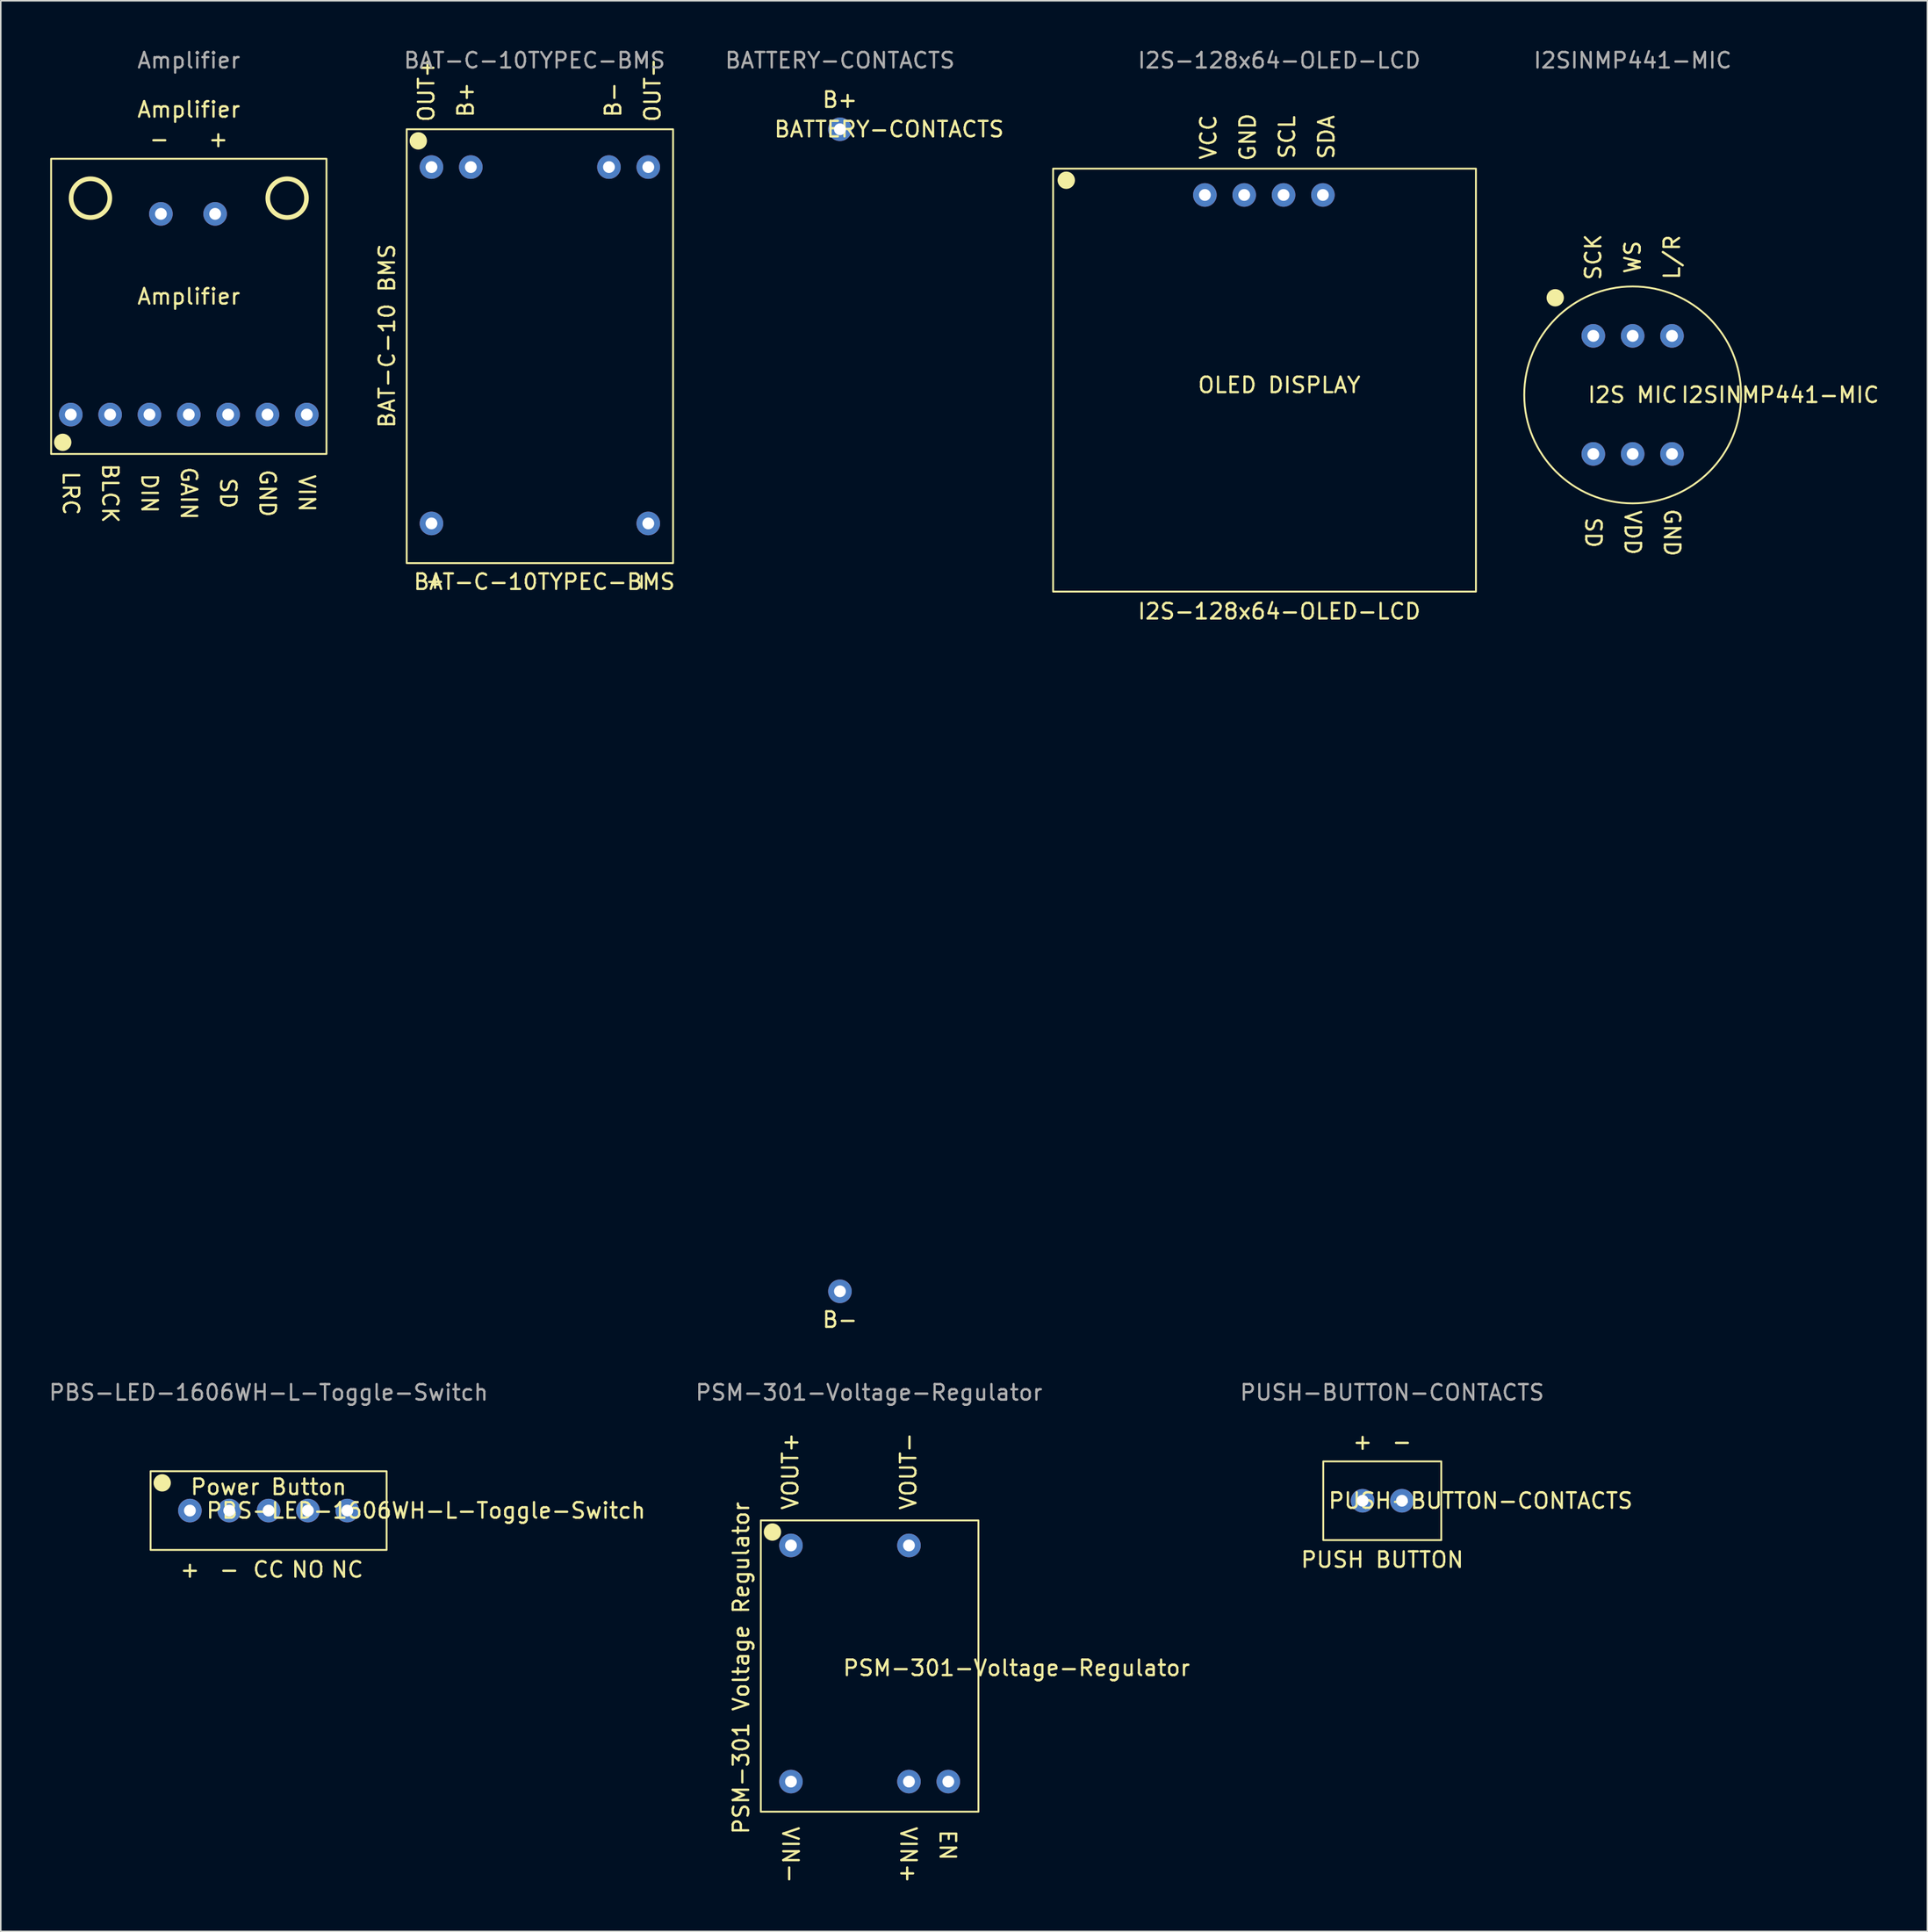
<source format=kicad_pcb>
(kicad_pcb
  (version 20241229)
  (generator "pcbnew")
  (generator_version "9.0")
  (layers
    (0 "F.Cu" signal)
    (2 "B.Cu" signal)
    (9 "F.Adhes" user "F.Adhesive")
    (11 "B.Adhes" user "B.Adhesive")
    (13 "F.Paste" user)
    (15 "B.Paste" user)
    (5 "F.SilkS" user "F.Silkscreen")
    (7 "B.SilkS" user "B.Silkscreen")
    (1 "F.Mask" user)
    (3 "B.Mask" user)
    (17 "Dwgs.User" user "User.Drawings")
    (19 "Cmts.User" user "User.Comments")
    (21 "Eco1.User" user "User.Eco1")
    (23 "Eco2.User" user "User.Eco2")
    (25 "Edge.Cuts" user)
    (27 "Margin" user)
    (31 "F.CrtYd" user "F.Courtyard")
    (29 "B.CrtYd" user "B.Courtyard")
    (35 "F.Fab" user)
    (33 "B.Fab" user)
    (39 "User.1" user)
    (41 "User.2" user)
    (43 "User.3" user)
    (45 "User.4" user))
  (footprint "PSM-301-Voltage-Regulator"
    (layer "F.Cu")
    (at 46.074 95.08)
    (property "Reference" "PSM-301-Voltage-Regulator" (at 16.51 9.525 0) (unlocked yes) (layer "F.SilkS") (effects (font (size 1 1) (thickness 0.15))))
    (attr through_hole)
    (fp_rect (start 0 0) (end 14.05 18.8) (stroke (width 0.12) (type solid)) (fill no) (layer "F.SilkS"))
    (fp_circle (center 0.75 0.75) (end 1.25 0.75) (stroke (width 0.12) (type solid)) (fill yes) (layer "F.SilkS"))
    (fp_text user "VOUT+" (at 1.905 -3.175 90) (unlocked yes) (layer "F.SilkS") (effects (font (size 1 1) (thickness 0.15))))
    (fp_text user "EN" (at 12.065 20.955 270) (unlocked yes) (layer "F.SilkS") (effects (font (size 1 1) (thickness 0.15))))
    (fp_text user "VIN+" (at 9.525 21.59 270) (unlocked yes) (layer "F.SilkS") (effects (font (size 1 1) (thickness 0.15))))
    (fp_text user "VIN-" (at 1.905 21.59 270) (unlocked yes) (layer "F.SilkS") (effects (font (size 1 1) (thickness 0.15))))
    (fp_text user "VOUT-" (at 9.525 -3.175 90) (unlocked yes) (layer "F.SilkS") (effects (font (size 1 1) (thickness 0.15))))
    (fp_text user "PSM-301 Voltage Regulator" (at -1.27 9.525 90) (unlocked yes) (layer "F.SilkS") (effects (font (size 1 1) (thickness 0.15))))
    (fp_text user "${REFERENCE}" (at 6.985 -8.255 0) (unlocked yes) (layer "F.Fab") (effects (font (size 1 1) (thickness 0.15))))
    (pad "1" thru_hole circle (at 1.945 1.615) (size 1.524 1.524) (drill 0.762) (layers "*.Cu" "*.Mask"))
    (pad "2" thru_hole circle (at 9.565 1.615) (size 1.524 1.524) (drill 0.762) (layers "*.Cu" "*.Mask"))
    (pad "3" thru_hole circle (at 1.945 16.855) (size 1.524 1.524) (drill 0.762) (layers "*.Cu" "*.Mask"))
    (pad "4" thru_hole circle (at 9.565 16.855) (size 1.524 1.524) (drill 0.762) (layers "*.Cu" "*.Mask"))
    (pad "5" thru_hole circle (at 12.105 16.855) (size 1.524 1.524) (drill 0.762) (layers "*.Cu" "*.Mask")))
  (footprint "I2SINMP441-MIC"
    (layer "F.Cu")
    (at 102.366 21.168)
    (property "Reference" "I2SINMP441-MIC" (at 9.525 1.27 0) (unlocked yes) (layer "F.SilkS") (effects (font (size 1 1) (thickness 0.15))))
    (attr through_hole)
    (fp_circle (center -5 -5) (end -4.5 -5) (stroke (width 0.12) (type solid)) (fill yes) (layer "F.SilkS"))
    (fp_circle (center 0 1.27) (end 7 1.27) (stroke (width 0.12) (type solid)) (fill no) (layer "F.SilkS"))
    (fp_text user "SCK" (at -2.54 -7.62 90) (unlocked yes) (layer "F.SilkS") (effects (font (size 1 1) (thickness 0.15))))
    (fp_text user "GND" (at 2.54 10.16 270) (unlocked yes) (layer "F.SilkS") (effects (font (size 1 1) (thickness 0.15))))
    (fp_text user "VDD" (at 0 10.16 270) (unlocked yes) (layer "F.SilkS") (effects (font (size 1 1) (thickness 0.15))))
    (fp_text user "L/R" (at 2.54 -7.62 90) (unlocked yes) (layer "F.SilkS") (effects (font (size 1 1) (thickness 0.15))))
    (fp_text user "SD" (at -2.54 10.16 270) (unlocked yes) (layer "F.SilkS") (effects (font (size 1 1) (thickness 0.15))))
    (fp_text user "I2S MIC" (at 0 1.27 0) (unlocked yes) (layer "F.SilkS") (effects (font (size 1 1) (thickness 0.15))))
    (fp_text user "WS" (at 0 -7.62 90) (unlocked yes) (layer "F.SilkS") (effects (font (size 1 1) (thickness 0.15))))
    (fp_text user "${REFERENCE}" (at 0 -20.32 0) (unlocked yes) (layer "F.Fab") (effects (font (size 1 1) (thickness 0.15))))
    (pad "1" thru_hole circle (at -2.54 -2.54) (size 1.524 1.524) (drill 0.762) (layers "*.Cu" "*.Mask"))
    (pad "2" thru_hole circle (at 0 -2.54) (size 1.524 1.524) (drill 0.762) (layers "*.Cu" "*.Mask"))
    (pad "3" thru_hole circle (at 2.54 -2.54) (size 1.524 1.524) (drill 0.762) (layers "*.Cu" "*.Mask"))
    (pad "4" thru_hole circle (at -2.54 5.08) (size 1.524 1.524) (drill 0.762) (layers "*.Cu" "*.Mask"))
    (pad "5" thru_hole circle (at 0 5.08) (size 1.524 1.524) (drill 0.762) (layers "*.Cu" "*.Mask"))
    (pad "6" thru_hole circle (at 2.54 5.08) (size 1.524 1.524) (drill 0.762) (layers "*.Cu" "*.Mask")))
  (footprint "I2S-128x64-OLED-LCD"
    (layer "F.Cu")
    (at 79.546 7.833)
    (property "Reference" "I2S-128x64-OLED-LCD" (at 0 28.575 0) (unlocked yes) (layer "F.SilkS") (effects (font (size 1 1) (thickness 0.15))))
    (attr through_hole)
    (fp_rect (start -14.6 0) (end 12.7 27.3) (stroke (width 0.12) (type solid)) (fill no) (layer "F.SilkS"))
    (fp_circle (center -13.75 0.75) (end -13.25 0.75) (stroke (width 0.12) (type solid)) (fill yes) (layer "F.SilkS"))
    (fp_text user "VCC" (at -4.572 -2.032 90) (unlocked yes) (layer "F.SilkS") (effects (font (size 1 1) (thickness 0.15))))
    (fp_text user "OLED DISPLAY" (at 0 13.97 0) (unlocked yes) (layer "F.SilkS") (effects (font (size 1 1) (thickness 0.15))))
    (fp_text user "SDA" (at 3.048 -2.032 90) (unlocked yes) (layer "F.SilkS") (effects (font (size 1 1) (thickness 0.15))))
    (fp_text user "SCL" (at 0.508 -2.032 90) (unlocked yes) (layer "F.SilkS") (effects (font (size 1 1) (thickness 0.15))))
    (fp_text user "GND" (at -2.032 -2.032 90) (unlocked yes) (layer "F.SilkS") (effects (font (size 1 1) (thickness 0.15))))
    (fp_text user "${REFERENCE}" (at 0 -6.985 0) (unlocked yes) (layer "F.Fab") (effects (font (size 1 1) (thickness 0.15))))
    (pad "1" thru_hole circle (at -4.8 1.7) (size 1.524 1.524) (drill 0.762) (layers "*.Cu" "*.Mask"))
    (pad "2" thru_hole circle (at -2.26 1.7) (size 1.524 1.524) (drill 0.762) (layers "*.Cu" "*.Mask"))
    (pad "3" thru_hole circle (at 0.28 1.7) (size 1.524 1.524) (drill 0.762) (layers "*.Cu" "*.Mask"))
    (pad "4" thru_hole circle (at 2.82 1.7) (size 1.524 1.524) (drill 0.762) (layers "*.Cu" "*.Mask")))
  (footprint "BAT-C-10TYPEC-BMS"
    (layer "F.Cu")
    (at 23.208 5.293)
    (property "Reference" "BAT-C-10TYPEC-BMS" (at 8.89 29.21 0) (unlocked yes) (layer "F.SilkS") (effects (font (size 1 1) (thickness 0.15))))
    (attr through_hole)
    (fp_rect (start 0 0) (end 17.2 28) (stroke (width 0.12) (type solid)) (fill no) (layer "F.SilkS"))
    (fp_circle (center 0.75 0.75) (end 1.25 0.75) (stroke (width 0.12) (type solid)) (fill yes) (layer "F.SilkS"))
    (fp_text user "OUT-" (at 15.875 -2.54 90) (unlocked yes) (layer "F.SilkS") (effects (font (size 1 1) (thickness 0.15))))
    (fp_text user "+" (at 1.905 29.21 270) (unlocked yes) (layer "F.SilkS") (effects (font (size 1 1) (thickness 0.15))))
    (fp_text user "BAT-C-10 BMS" (at -1.27 13.335 90) (unlocked yes) (layer "F.SilkS") (effects (font (size 1 1) (thickness 0.15))))
    (fp_text user "-" (at 15.24 29.21 270) (unlocked yes) (layer "F.SilkS") (effects (font (size 1 1) (thickness 0.15))))
    (fp_text user "OUT+" (at 1.27 -2.54 90) (unlocked yes) (layer "F.SilkS") (effects (font (size 1 1) (thickness 0.15))))
    (fp_text user "B+" (at 3.81 -1.905 90) (unlocked yes) (layer "F.SilkS") (effects (font (size 1 1) (thickness 0.15))))
    (fp_text user "B-" (at 13.335 -1.905 90) (unlocked yes) (layer "F.SilkS") (effects (font (size 1 1) (thickness 0.15))))
    (fp_text user "${REFERENCE}" (at 8.255 -4.445 0) (unlocked yes) (layer "F.Fab") (effects (font (size 1 1) (thickness 0.15))))
    (pad "1" thru_hole circle (at 1.6 2.44) (size 1.524 1.524) (drill 0.762) (layers "*.Cu" "*.Mask"))
    (pad "2" thru_hole circle (at 4.14 2.44) (size 1.524 1.524) (drill 0.762) (layers "*.Cu" "*.Mask"))
    (pad "3" thru_hole circle (at 13.06 2.44) (size 1.524 1.524) (drill 0.762) (layers "*.Cu" "*.Mask"))
    (pad "4" thru_hole circle (at 15.6 2.44) (size 1.524 1.524) (drill 0.762) (layers "*.Cu" "*.Mask"))
    (pad "5" thru_hole circle (at 1.6 25.44) (size 1.524 1.524) (drill 0.762) (layers "*.Cu" "*.Mask"))
    (pad "6" thru_hole circle (at 15.6 25.44) (size 1.524 1.524) (drill 0.762) (layers "*.Cu" "*.Mask")))
  (footprint "PUSH-BUTTON-CONTACTS"
    (layer "F.Cu")
    (at 82.389 91.27)
    (property "Reference" "PUSH-BUTTON-CONTACTS" (at 10.16 2.54 0) (unlocked yes) (layer "F.SilkS") (effects (font (size 1 1) (thickness 0.15))))
    (attr through_hole)
    (fp_rect (start 0 0) (end 7.62 5.08) (stroke (width 0.12) (type solid)) (fill no) (layer "F.SilkS"))
    (fp_text user "PUSH BUTTON" (at 3.81 6.35 0) (unlocked yes) (layer "F.SilkS") (effects (font (size 1 1) (thickness 0.15))))
    (fp_text user "-" (at 5.08 -1.27 0) (unlocked yes) (layer "F.SilkS") (effects (font (size 1 1) (thickness 0.15))))
    (fp_text user "+" (at 2.54 -1.27 0) (unlocked yes) (layer "F.SilkS") (effects (font (size 1 1) (thickness 0.15))))
    (fp_text user "${REFERENCE}" (at 4.445 -4.445 0) (unlocked yes) (layer "F.Fab") (effects (font (size 1 1) (thickness 0.15))))
    (pad "1" thru_hole circle (at 2.54 2.54) (size 1.524 1.524) (drill 0.762) (layers "*.Cu" "*.Mask"))
    (pad "2" thru_hole circle (at 5.08 2.54) (size 1.524 1.524) (drill 0.762) (layers "*.Cu" "*.Mask")))
  (footprint "PBS-LED-1606WH-L-Toggle-Switch"
    (layer "F.Cu")
    (at 6.672 91.905)
    (property "Reference" "PBS-LED-1606WH-L-Toggle-Switch" (at 17.78 2.54 0) (unlocked yes) (layer "F.SilkS") (effects (font (size 1 1) (thickness 0.15))))
    (attr through_hole)
    (fp_rect (start 0 0) (end 15.24 5.08) (stroke (width 0.12) (type solid)) (fill no) (layer "F.SilkS"))
    (fp_circle (center 0.75 0.75) (end 1.25 0.75) (stroke (width 0.12) (type solid)) (fill yes) (layer "F.SilkS"))
    (fp_text user "CC" (at 7.62 6.35 0) (unlocked yes) (layer "F.SilkS") (effects (font (size 1 1) (thickness 0.15))))
    (fp_text user "-" (at 5.08 6.35 0) (unlocked yes) (layer "F.SilkS") (effects (font (size 1 1) (thickness 0.15))))
    (fp_text user "NO" (at 10.16 6.35 0) (unlocked yes) (layer "F.SilkS") (effects (font (size 1 1) (thickness 0.15))))
    (fp_text user "NC" (at 12.7 6.35 0) (unlocked yes) (layer "F.SilkS") (effects (font (size 1 1) (thickness 0.15))))
    (fp_text user "Power Button" (at 7.62 1.016 0) (unlocked yes) (layer "F.SilkS") (effects (font (size 1 1) (thickness 0.15))))
    (fp_text user "+" (at 2.54 6.35 0) (unlocked yes) (layer "F.SilkS") (effects (font (size 1 1) (thickness 0.15))))
    (fp_text user "${REFERENCE}" (at 7.62 -5.08 0) (unlocked yes) (layer "F.Fab") (effects (font (size 1 1) (thickness 0.15))))
    (pad "1" thru_hole circle (at 2.54 2.54) (size 1.524 1.524) (drill 0.762) (layers "*.Cu" "*.Mask"))
    (pad "2" thru_hole circle (at 5.08 2.54) (size 1.524 1.524) (drill 0.762) (layers "*.Cu" "*.Mask"))
    (pad "3" thru_hole circle (at 7.62 2.54) (size 1.524 1.524) (drill 0.762) (layers "*.Cu" "*.Mask"))
    (pad "4" thru_hole circle (at 10.16 2.54) (size 1.524 1.524) (drill 0.762) (layers "*.Cu" "*.Mask"))
    (pad "5" thru_hole circle (at 12.7 2.54) (size 1.524 1.524) (drill 0.762) (layers "*.Cu" "*.Mask")))
  (footprint "Amplifier"
    (layer "F.Cu")
    (at 0.25 7.198)
    (property "Reference" "Amplifier" (at 8.89 -3.175 0) (unlocked yes) (layer "F.SilkS") (effects (font (size 1 1) (thickness 0.15))))
    (attr through_hole)
    (fp_rect (start 0 0) (end 17.78 19.05) (stroke (width 0.12) (type solid)) (fill no) (layer "F.SilkS"))
    (fp_circle (center 0.75 18.3) (end 1.25 18.3) (stroke (width 0.12) (type solid)) (fill yes) (layer "F.SilkS"))
    (fp_circle (center 2.54 2.54) (end 3.79 2.54) (stroke (width 0.3) (type solid)) (fill no) (layer "F.SilkS"))
    (fp_circle (center 15.24 2.54) (end 16.49 2.54) (stroke (width 0.3) (type solid)) (fill no) (layer "F.SilkS"))
    (fp_text user "DIN" (at 6.35 21.59 270) (unlocked yes) (layer "F.SilkS") (effects (font (size 1 1) (thickness 0.15))))
    (fp_text user "BLCK" (at 3.81 21.59 270) (unlocked yes) (layer "F.SilkS") (effects (font (size 1 1) (thickness 0.15))))
    (fp_text user "LRC" (at 1.27 21.59 270) (unlocked yes) (layer "F.SilkS") (effects (font (size 1 1) (thickness 0.15))))
    (fp_text user "-" (at 6.985 -1.27 0) (unlocked yes) (layer "F.SilkS") (effects (font (size 1 1) (thickness 0.15))))
    (fp_text user "GAIN" (at 8.89 21.59 270) (unlocked yes) (layer "F.SilkS") (effects (font (size 1 1) (thickness 0.15))))
    (fp_text user "GND" (at 13.97 21.59 270) (unlocked yes) (layer "F.SilkS") (effects (font (size 1 1) (thickness 0.15))))
    (fp_text user "SD" (at 11.43 21.59 270) (unlocked yes) (layer "F.SilkS") (effects (font (size 1 1) (thickness 0.15))))
    (fp_text user "VIN" (at 16.51 21.59 270) (unlocked yes) (layer "F.SilkS") (effects (font (size 1 1) (thickness 0.15))))
    (fp_text user "+" (at 10.795 -1.27 0) (unlocked yes) (layer "F.SilkS") (effects (font (size 1 1) (thickness 0.15))))
    (fp_text user "Amplifier" (at 8.89 8.89 0) (unlocked yes) (layer "F.SilkS") (effects (font (size 1 1) (thickness 0.15))))
    (fp_text user "${REFERENCE}" (at 8.89 -6.35 0) (unlocked yes) (layer "F.Fab") (effects (font (size 1 1) (thickness 0.15))))
    (pad "1" thru_hole circle (at 1.27 16.51) (size 1.524 1.524) (drill 0.762) (layers "*.Cu" "*.Mask"))
    (pad "2" thru_hole circle (at 3.81 16.51) (size 1.524 1.524) (drill 0.762) (layers "*.Cu" "*.Mask"))
    (pad "3" thru_hole circle (at 6.35 16.51) (size 1.524 1.524) (drill 0.762) (layers "*.Cu" "*.Mask"))
    (pad "4" thru_hole circle (at 8.89 16.51) (size 1.524 1.524) (drill 0.762) (layers "*.Cu" "*.Mask"))
    (pad "5" thru_hole circle (at 11.43 16.51) (size 1.524 1.524) (drill 0.762) (layers "*.Cu" "*.Mask"))
    (pad "6" thru_hole circle (at 13.97 16.51) (size 1.524 1.524) (drill 0.762) (layers "*.Cu" "*.Mask"))
    (pad "7" thru_hole circle (at 16.51 16.51) (size 1.524 1.524) (drill 0.762) (layers "*.Cu" "*.Mask"))
    (pad "8" thru_hole circle (at 7.09 3.556) (size 1.524 1.524) (drill 0.762) (layers "*.Cu" "*.Mask"))
    (pad "9" thru_hole circle (at 10.59 3.556) (size 1.524 1.524) (drill 0.762) (layers "*.Cu" "*.Mask")))
  (footprint "BATTERY-CONTACTS"
    (layer "F.Cu")
    (at 51.182 5.293)
    (property "Reference" "BATTERY-CONTACTS" (at 3.175 0 0) (unlocked yes) (layer "F.SilkS") (effects (font (size 1 1) (thickness 0.15))))
    (attr through_hole)
    (fp_text user "B-" (at 0 76.835 0) (unlocked yes) (layer "F.SilkS") (effects (font (size 1 1) (thickness 0.15))))
    (fp_text user "B+" (at 0 -1.905 0) (unlocked yes) (layer "F.SilkS") (effects (font (size 1 1) (thickness 0.15))))
    (fp_text user "${REFERENCE}" (at 0 -4.445 0) (unlocked yes) (layer "F.Fab") (effects (font (size 1 1) (thickness 0.15))))
    (pad "1" thru_hole circle (at 0 0) (size 1.524 1.524) (drill 0.762) (layers "*.Cu" "*.Mask"))
    (pad "2" thru_hole circle (at 0 75) (size 1.524 1.524) (drill 0.762) (layers "*.Cu" "*.Mask")))
  (gr_rect
    (start -3 -3)
    (end 121.397 121.604)
    (stroke (width 0.1) (type default))
    (fill no)
    (layer "Edge.Cuts")))
</source>
